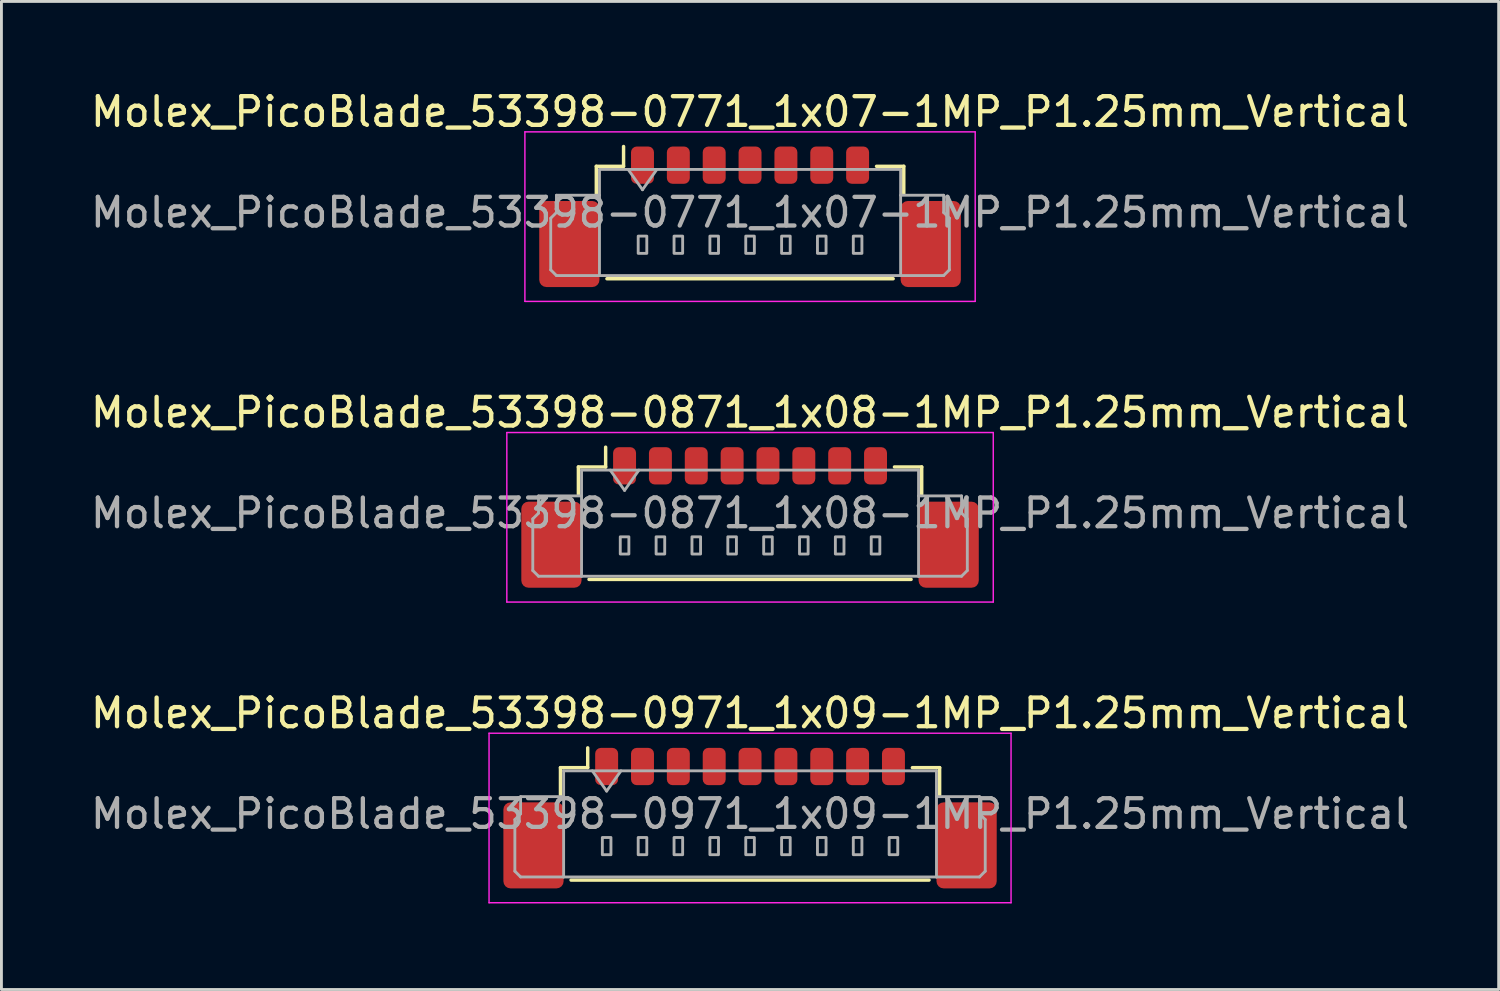
<source format=kicad_pcb>
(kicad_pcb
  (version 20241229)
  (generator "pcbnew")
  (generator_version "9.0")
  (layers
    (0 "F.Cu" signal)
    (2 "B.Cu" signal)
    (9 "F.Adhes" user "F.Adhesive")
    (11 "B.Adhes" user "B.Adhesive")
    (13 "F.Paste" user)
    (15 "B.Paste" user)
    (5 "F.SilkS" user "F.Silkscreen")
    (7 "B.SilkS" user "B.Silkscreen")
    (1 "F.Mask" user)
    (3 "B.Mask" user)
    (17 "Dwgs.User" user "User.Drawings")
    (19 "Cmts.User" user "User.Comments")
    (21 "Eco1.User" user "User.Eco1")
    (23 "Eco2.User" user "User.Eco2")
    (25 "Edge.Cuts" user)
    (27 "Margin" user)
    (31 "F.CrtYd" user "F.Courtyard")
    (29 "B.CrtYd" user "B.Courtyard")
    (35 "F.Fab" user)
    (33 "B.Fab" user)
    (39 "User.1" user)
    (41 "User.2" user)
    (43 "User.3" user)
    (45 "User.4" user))
  (footprint "Molex_PicoBlade_53398-0871_1x08-1MP_P1.25mm_Vertical"
    (layer "F.Cu")
    (at 23.101 14.441)
    (property "Reference" "Molex_PicoBlade_53398-0871_1x08-1MP_P1.25mm_Vertical" (at 0 -3.11 0) (layer "F.SilkS") (effects (font (size 1 1) (thickness 0.15))))
    (attr smd)
    (fp_line (start -5.985 -1.21) (end -5.035 -1.21) (stroke (width 0.12) (type solid)) (layer "F.SilkS"))
    (fp_line (start -5.985 -0.26) (end -5.985 -1.21) (stroke (width 0.12) (type solid)) (layer "F.SilkS"))
    (fp_line (start -5.615 2.71) (end 5.615 2.71) (stroke (width 0.12) (type solid)) (layer "F.SilkS"))
    (fp_line (start -5.035 -1.21) (end -5.035 -1.9) (stroke (width 0.12) (type solid)) (layer "F.SilkS"))
    (fp_line (start 5.985 -1.21) (end 5.035 -1.21) (stroke (width 0.12) (type solid)) (layer "F.SilkS"))
    (fp_line (start 5.985 -0.26) (end 5.985 -1.21) (stroke (width 0.12) (type solid)) (layer "F.SilkS"))
    (fp_line (start -8.48 -2.41) (end -8.48 3.5) (stroke (width 0.05) (type solid)) (layer "F.CrtYd"))
    (fp_line (start -8.48 3.5) (end 8.48 3.5) (stroke (width 0.05) (type solid)) (layer "F.CrtYd"))
    (fp_line (start 8.48 -2.41) (end -8.48 -2.41) (stroke (width 0.05) (type solid)) (layer "F.CrtYd"))
    (fp_line (start 8.48 3.5) (end 8.48 -2.41) (stroke (width 0.05) (type solid)) (layer "F.CrtYd"))
    (fp_line (start -7.575 0.6) (end -7.375 0.4) (stroke (width 0.1) (type solid)) (layer "F.Fab"))
    (fp_line (start -7.575 2.4) (end -7.575 0.6) (stroke (width 0.1) (type solid)) (layer "F.Fab"))
    (fp_line (start -7.375 -0.2) (end -5.875 -0.2) (stroke (width 0.1) (type solid)) (layer "F.Fab"))
    (fp_line (start -7.375 0.4) (end -7.375 -0.2) (stroke (width 0.1) (type solid)) (layer "F.Fab"))
    (fp_line (start -7.375 2.6) (end -7.575 2.4) (stroke (width 0.1) (type solid)) (layer "F.Fab"))
    (fp_line (start -5.875 -1.1) (end -5.875 2.6) (stroke (width 0.1) (type solid)) (layer "F.Fab"))
    (fp_line (start -5.875 -1.1) (end 5.875 -1.1) (stroke (width 0.1) (type solid)) (layer "F.Fab"))
    (fp_line (start -5.875 2.6) (end -7.375 2.6) (stroke (width 0.1) (type solid)) (layer "F.Fab"))
    (fp_line (start -5.875 2.6) (end 5.875 2.6) (stroke (width 0.1) (type solid)) (layer "F.Fab"))
    (fp_line (start -4.875 -1.1) (end -4.375 -0.393) (stroke (width 0.1) (type solid)) (layer "F.Fab"))
    (fp_line (start -4.375 -0.393) (end -3.875 -1.1) (stroke (width 0.1) (type solid)) (layer "F.Fab"))
    (fp_line (start 5.875 -1.1) (end 5.875 2.6) (stroke (width 0.1) (type solid)) (layer "F.Fab"))
    (fp_line (start 5.875 2.6) (end 7.375 2.6) (stroke (width 0.1) (type solid)) (layer "F.Fab"))
    (fp_line (start 7.375 -0.2) (end 5.875 -0.2) (stroke (width 0.1) (type solid)) (layer "F.Fab"))
    (fp_line (start 7.375 0.4) (end 7.375 -0.2) (stroke (width 0.1) (type solid)) (layer "F.Fab"))
    (fp_line (start 7.375 2.6) (end 7.575 2.4) (stroke (width 0.1) (type solid)) (layer "F.Fab"))
    (fp_line (start 7.575 0.6) (end 7.375 0.4) (stroke (width 0.1) (type solid)) (layer "F.Fab"))
    (fp_line (start 7.575 2.4) (end 7.575 0.6) (stroke (width 0.1) (type solid)) (layer "F.Fab"))
    (fp_rect (start -4.525 1.225) (end -4.225 1.825) (stroke (width 0.1) (type solid)) (fill no) (layer "F.Fab"))
    (fp_rect (start -3.275 1.225) (end -2.975 1.825) (stroke (width 0.1) (type solid)) (fill no) (layer "F.Fab"))
    (fp_rect (start -2.025 1.225) (end -1.725 1.825) (stroke (width 0.1) (type solid)) (fill no) (layer "F.Fab"))
    (fp_rect (start -0.775 1.225) (end -0.475 1.825) (stroke (width 0.1) (type solid)) (fill no) (layer "F.Fab"))
    (fp_rect (start 0.475 1.225) (end 0.775 1.825) (stroke (width 0.1) (type solid)) (fill no) (layer "F.Fab"))
    (fp_rect (start 1.725 1.225) (end 2.025 1.825) (stroke (width 0.1) (type solid)) (fill no) (layer "F.Fab"))
    (fp_rect (start 2.975 1.225) (end 3.275 1.825) (stroke (width 0.1) (type solid)) (fill no) (layer "F.Fab"))
    (fp_rect (start 4.225 1.225) (end 4.525 1.825) (stroke (width 0.1) (type solid)) (fill no) (layer "F.Fab"))
    (fp_text user "${REFERENCE}" (at 0 0.4 0) (layer "F.Fab") (effects (font (size 1 1) (thickness 0.15))))
    (pad "1" smd roundrect (at -4.375 -1.25) (size 0.8 1.3) (layers "F.Cu" "F.Mask" "F.Paste") (roundrect_rratio 0.25))
    (pad "2" smd roundrect (at -3.125 -1.25) (size 0.8 1.3) (layers "F.Cu" "F.Mask" "F.Paste") (roundrect_rratio 0.25))
    (pad "3" smd roundrect (at -1.875 -1.25) (size 0.8 1.3) (layers "F.Cu" "F.Mask" "F.Paste") (roundrect_rratio 0.25))
    (pad "4" smd roundrect (at -0.625 -1.25) (size 0.8 1.3) (layers "F.Cu" "F.Mask" "F.Paste") (roundrect_rratio 0.25))
    (pad "5" smd roundrect (at 0.625 -1.25) (size 0.8 1.3) (layers "F.Cu" "F.Mask" "F.Paste") (roundrect_rratio 0.25))
    (pad "6" smd roundrect (at 1.875 -1.25) (size 0.8 1.3) (layers "F.Cu" "F.Mask" "F.Paste") (roundrect_rratio 0.25))
    (pad "7" smd roundrect (at 3.125 -1.25) (size 0.8 1.3) (layers "F.Cu" "F.Mask" "F.Paste") (roundrect_rratio 0.25))
    (pad "8" smd roundrect (at 4.375 -1.25) (size 0.8 1.3) (layers "F.Cu" "F.Mask" "F.Paste") (roundrect_rratio 0.25))
    (pad "MP" smd roundrect (at -6.925 1.5) (size 2.1 3) (layers "F.Cu" "F.Mask" "F.Paste") (roundrect_rratio 0.119))
    (pad "MP" smd roundrect (at 6.925 1.5) (size 2.1 3) (layers "F.Cu" "F.Mask" "F.Paste") (roundrect_rratio 0.119)))
  (footprint "Molex_PicoBlade_53398-0771_1x07-1MP_P1.25mm_Vertical"
    (layer "F.Cu")
    (at 23.101 3.958)
    (property "Reference" "Molex_PicoBlade_53398-0771_1x07-1MP_P1.25mm_Vertical" (at 0 -3.11 0) (layer "F.SilkS") (effects (font (size 1 1) (thickness 0.15))))
    (attr smd)
    (fp_line (start -5.36 -1.21) (end -4.41 -1.21) (stroke (width 0.12) (type solid)) (layer "F.SilkS"))
    (fp_line (start -5.36 -0.26) (end -5.36 -1.21) (stroke (width 0.12) (type solid)) (layer "F.SilkS"))
    (fp_line (start -4.99 2.71) (end 4.99 2.71) (stroke (width 0.12) (type solid)) (layer "F.SilkS"))
    (fp_line (start -4.41 -1.21) (end -4.41 -1.9) (stroke (width 0.12) (type solid)) (layer "F.SilkS"))
    (fp_line (start 5.36 -1.21) (end 4.41 -1.21) (stroke (width 0.12) (type solid)) (layer "F.SilkS"))
    (fp_line (start 5.36 -0.26) (end 5.36 -1.21) (stroke (width 0.12) (type solid)) (layer "F.SilkS"))
    (fp_line (start -7.85 -2.41) (end -7.85 3.5) (stroke (width 0.05) (type solid)) (layer "F.CrtYd"))
    (fp_line (start -7.85 3.5) (end 7.85 3.5) (stroke (width 0.05) (type solid)) (layer "F.CrtYd"))
    (fp_line (start 7.85 -2.41) (end -7.85 -2.41) (stroke (width 0.05) (type solid)) (layer "F.CrtYd"))
    (fp_line (start 7.85 3.5) (end 7.85 -2.41) (stroke (width 0.05) (type solid)) (layer "F.CrtYd"))
    (fp_line (start -6.95 0.6) (end -6.75 0.4) (stroke (width 0.1) (type solid)) (layer "F.Fab"))
    (fp_line (start -6.95 2.4) (end -6.95 0.6) (stroke (width 0.1) (type solid)) (layer "F.Fab"))
    (fp_line (start -6.75 -0.2) (end -5.25 -0.2) (stroke (width 0.1) (type solid)) (layer "F.Fab"))
    (fp_line (start -6.75 0.4) (end -6.75 -0.2) (stroke (width 0.1) (type solid)) (layer "F.Fab"))
    (fp_line (start -6.75 2.6) (end -6.95 2.4) (stroke (width 0.1) (type solid)) (layer "F.Fab"))
    (fp_line (start -5.25 -1.1) (end -5.25 2.6) (stroke (width 0.1) (type solid)) (layer "F.Fab"))
    (fp_line (start -5.25 -1.1) (end 5.25 -1.1) (stroke (width 0.1) (type solid)) (layer "F.Fab"))
    (fp_line (start -5.25 2.6) (end -6.75 2.6) (stroke (width 0.1) (type solid)) (layer "F.Fab"))
    (fp_line (start -5.25 2.6) (end 5.25 2.6) (stroke (width 0.1) (type solid)) (layer "F.Fab"))
    (fp_line (start -4.25 -1.1) (end -3.75 -0.393) (stroke (width 0.1) (type solid)) (layer "F.Fab"))
    (fp_line (start -3.75 -0.393) (end -3.25 -1.1) (stroke (width 0.1) (type solid)) (layer "F.Fab"))
    (fp_line (start 5.25 -1.1) (end 5.25 2.6) (stroke (width 0.1) (type solid)) (layer "F.Fab"))
    (fp_line (start 5.25 2.6) (end 6.75 2.6) (stroke (width 0.1) (type solid)) (layer "F.Fab"))
    (fp_line (start 6.75 -0.2) (end 5.25 -0.2) (stroke (width 0.1) (type solid)) (layer "F.Fab"))
    (fp_line (start 6.75 0.4) (end 6.75 -0.2) (stroke (width 0.1) (type solid)) (layer "F.Fab"))
    (fp_line (start 6.75 2.6) (end 6.95 2.4) (stroke (width 0.1) (type solid)) (layer "F.Fab"))
    (fp_line (start 6.95 0.6) (end 6.75 0.4) (stroke (width 0.1) (type solid)) (layer "F.Fab"))
    (fp_line (start 6.95 2.4) (end 6.95 0.6) (stroke (width 0.1) (type solid)) (layer "F.Fab"))
    (fp_rect (start -3.9 1.225) (end -3.6 1.825) (stroke (width 0.1) (type solid)) (fill no) (layer "F.Fab"))
    (fp_rect (start -2.65 1.225) (end -2.35 1.825) (stroke (width 0.1) (type solid)) (fill no) (layer "F.Fab"))
    (fp_rect (start -1.4 1.225) (end -1.1 1.825) (stroke (width 0.1) (type solid)) (fill no) (layer "F.Fab"))
    (fp_rect (start -0.15 1.225) (end 0.15 1.825) (stroke (width 0.1) (type solid)) (fill no) (layer "F.Fab"))
    (fp_rect (start 1.1 1.225) (end 1.4 1.825) (stroke (width 0.1) (type solid)) (fill no) (layer "F.Fab"))
    (fp_rect (start 2.35 1.225) (end 2.65 1.825) (stroke (width 0.1) (type solid)) (fill no) (layer "F.Fab"))
    (fp_rect (start 3.6 1.225) (end 3.9 1.825) (stroke (width 0.1) (type solid)) (fill no) (layer "F.Fab"))
    (fp_text user "${REFERENCE}" (at 0 0.4 0) (layer "F.Fab") (effects (font (size 1 1) (thickness 0.15))))
    (pad "1" smd roundrect (at -3.75 -1.25) (size 0.8 1.3) (layers "F.Cu" "F.Mask" "F.Paste") (roundrect_rratio 0.25))
    (pad "2" smd roundrect (at -2.5 -1.25) (size 0.8 1.3) (layers "F.Cu" "F.Mask" "F.Paste") (roundrect_rratio 0.25))
    (pad "3" smd roundrect (at -1.25 -1.25) (size 0.8 1.3) (layers "F.Cu" "F.Mask" "F.Paste") (roundrect_rratio 0.25))
    (pad "4" smd roundrect (at 0 -1.25) (size 0.8 1.3) (layers "F.Cu" "F.Mask" "F.Paste") (roundrect_rratio 0.25))
    (pad "5" smd roundrect (at 1.25 -1.25) (size 0.8 1.3) (layers "F.Cu" "F.Mask" "F.Paste") (roundrect_rratio 0.25))
    (pad "6" smd roundrect (at 2.5 -1.25) (size 0.8 1.3) (layers "F.Cu" "F.Mask" "F.Paste") (roundrect_rratio 0.25))
    (pad "7" smd roundrect (at 3.75 -1.25) (size 0.8 1.3) (layers "F.Cu" "F.Mask" "F.Paste") (roundrect_rratio 0.25))
    (pad "MP" smd roundrect (at -6.3 1.5) (size 2.1 3) (layers "F.Cu" "F.Mask" "F.Paste") (roundrect_rratio 0.119))
    (pad "MP" smd roundrect (at 6.3 1.5) (size 2.1 3) (layers "F.Cu" "F.Mask" "F.Paste") (roundrect_rratio 0.119)))
  (footprint "Molex_PicoBlade_53398-0971_1x09-1MP_P1.25mm_Vertical"
    (layer "F.Cu")
    (at 23.101 24.925)
    (property "Reference" "Molex_PicoBlade_53398-0971_1x09-1MP_P1.25mm_Vertical" (at 0 -3.11 0) (layer "F.SilkS") (effects (font (size 1 1) (thickness 0.15))))
    (attr smd)
    (fp_line (start -6.61 -1.21) (end -5.66 -1.21) (stroke (width 0.12) (type solid)) (layer "F.SilkS"))
    (fp_line (start -6.61 -0.26) (end -6.61 -1.21) (stroke (width 0.12) (type solid)) (layer "F.SilkS"))
    (fp_line (start -6.24 2.71) (end 6.24 2.71) (stroke (width 0.12) (type solid)) (layer "F.SilkS"))
    (fp_line (start -5.66 -1.21) (end -5.66 -1.9) (stroke (width 0.12) (type solid)) (layer "F.SilkS"))
    (fp_line (start 6.61 -1.21) (end 5.66 -1.21) (stroke (width 0.12) (type solid)) (layer "F.SilkS"))
    (fp_line (start 6.61 -0.26) (end 6.61 -1.21) (stroke (width 0.12) (type solid)) (layer "F.SilkS"))
    (fp_line (start -9.1 -2.41) (end -9.1 3.5) (stroke (width 0.05) (type solid)) (layer "F.CrtYd"))
    (fp_line (start -9.1 3.5) (end 9.1 3.5) (stroke (width 0.05) (type solid)) (layer "F.CrtYd"))
    (fp_line (start 9.1 -2.41) (end -9.1 -2.41) (stroke (width 0.05) (type solid)) (layer "F.CrtYd"))
    (fp_line (start 9.1 3.5) (end 9.1 -2.41) (stroke (width 0.05) (type solid)) (layer "F.CrtYd"))
    (fp_line (start -8.2 0.6) (end -8 0.4) (stroke (width 0.1) (type solid)) (layer "F.Fab"))
    (fp_line (start -8.2 2.4) (end -8.2 0.6) (stroke (width 0.1) (type solid)) (layer "F.Fab"))
    (fp_line (start -8 -0.2) (end -6.5 -0.2) (stroke (width 0.1) (type solid)) (layer "F.Fab"))
    (fp_line (start -8 0.4) (end -8 -0.2) (stroke (width 0.1) (type solid)) (layer "F.Fab"))
    (fp_line (start -8 2.6) (end -8.2 2.4) (stroke (width 0.1) (type solid)) (layer "F.Fab"))
    (fp_line (start -6.5 -1.1) (end -6.5 2.6) (stroke (width 0.1) (type solid)) (layer "F.Fab"))
    (fp_line (start -6.5 -1.1) (end 6.5 -1.1) (stroke (width 0.1) (type solid)) (layer "F.Fab"))
    (fp_line (start -6.5 2.6) (end -8 2.6) (stroke (width 0.1) (type solid)) (layer "F.Fab"))
    (fp_line (start -6.5 2.6) (end 6.5 2.6) (stroke (width 0.1) (type solid)) (layer "F.Fab"))
    (fp_line (start -5.5 -1.1) (end -5 -0.393) (stroke (width 0.1) (type solid)) (layer "F.Fab"))
    (fp_line (start -5 -0.393) (end -4.5 -1.1) (stroke (width 0.1) (type solid)) (layer "F.Fab"))
    (fp_line (start 6.5 -1.1) (end 6.5 2.6) (stroke (width 0.1) (type solid)) (layer "F.Fab"))
    (fp_line (start 6.5 2.6) (end 8 2.6) (stroke (width 0.1) (type solid)) (layer "F.Fab"))
    (fp_line (start 8 -0.2) (end 6.5 -0.2) (stroke (width 0.1) (type solid)) (layer "F.Fab"))
    (fp_line (start 8 0.4) (end 8 -0.2) (stroke (width 0.1) (type solid)) (layer "F.Fab"))
    (fp_line (start 8 2.6) (end 8.2 2.4) (stroke (width 0.1) (type solid)) (layer "F.Fab"))
    (fp_line (start 8.2 0.6) (end 8 0.4) (stroke (width 0.1) (type solid)) (layer "F.Fab"))
    (fp_line (start 8.2 2.4) (end 8.2 0.6) (stroke (width 0.1) (type solid)) (layer "F.Fab"))
    (fp_rect (start -5.15 1.225) (end -4.85 1.825) (stroke (width 0.1) (type solid)) (fill no) (layer "F.Fab"))
    (fp_rect (start -3.9 1.225) (end -3.6 1.825) (stroke (width 0.1) (type solid)) (fill no) (layer "F.Fab"))
    (fp_rect (start -2.65 1.225) (end -2.35 1.825) (stroke (width 0.1) (type solid)) (fill no) (layer "F.Fab"))
    (fp_rect (start -1.4 1.225) (end -1.1 1.825) (stroke (width 0.1) (type solid)) (fill no) (layer "F.Fab"))
    (fp_rect (start -0.15 1.225) (end 0.15 1.825) (stroke (width 0.1) (type solid)) (fill no) (layer "F.Fab"))
    (fp_rect (start 1.1 1.225) (end 1.4 1.825) (stroke (width 0.1) (type solid)) (fill no) (layer "F.Fab"))
    (fp_rect (start 2.35 1.225) (end 2.65 1.825) (stroke (width 0.1) (type solid)) (fill no) (layer "F.Fab"))
    (fp_rect (start 3.6 1.225) (end 3.9 1.825) (stroke (width 0.1) (type solid)) (fill no) (layer "F.Fab"))
    (fp_rect (start 4.85 1.225) (end 5.15 1.825) (stroke (width 0.1) (type solid)) (fill no) (layer "F.Fab"))
    (fp_text user "${REFERENCE}" (at 0 0.4 0) (layer "F.Fab") (effects (font (size 1 1) (thickness 0.15))))
    (pad "1" smd roundrect (at -5 -1.25) (size 0.8 1.3) (layers "F.Cu" "F.Mask" "F.Paste") (roundrect_rratio 0.25))
    (pad "2" smd roundrect (at -3.75 -1.25) (size 0.8 1.3) (layers "F.Cu" "F.Mask" "F.Paste") (roundrect_rratio 0.25))
    (pad "3" smd roundrect (at -2.5 -1.25) (size 0.8 1.3) (layers "F.Cu" "F.Mask" "F.Paste") (roundrect_rratio 0.25))
    (pad "4" smd roundrect (at -1.25 -1.25) (size 0.8 1.3) (layers "F.Cu" "F.Mask" "F.Paste") (roundrect_rratio 0.25))
    (pad "5" smd roundrect (at 0 -1.25) (size 0.8 1.3) (layers "F.Cu" "F.Mask" "F.Paste") (roundrect_rratio 0.25))
    (pad "6" smd roundrect (at 1.25 -1.25) (size 0.8 1.3) (layers "F.Cu" "F.Mask" "F.Paste") (roundrect_rratio 0.25))
    (pad "7" smd roundrect (at 2.5 -1.25) (size 0.8 1.3) (layers "F.Cu" "F.Mask" "F.Paste") (roundrect_rratio 0.25))
    (pad "8" smd roundrect (at 3.75 -1.25) (size 0.8 1.3) (layers "F.Cu" "F.Mask" "F.Paste") (roundrect_rratio 0.25))
    (pad "9" smd roundrect (at 5 -1.25) (size 0.8 1.3) (layers "F.Cu" "F.Mask" "F.Paste") (roundrect_rratio 0.25))
    (pad "MP" smd roundrect (at -7.55 1.5) (size 2.1 3) (layers "F.Cu" "F.Mask" "F.Paste") (roundrect_rratio 0.119))
    (pad "MP" smd roundrect (at 7.55 1.5) (size 2.1 3) (layers "F.Cu" "F.Mask" "F.Paste") (roundrect_rratio 0.119)))
  (gr_rect
    (start -3 -3)
    (end 49.202 31.45)
    (stroke (width 0.1) (type default))
    (fill no)
    (layer "Edge.Cuts")))
</source>
